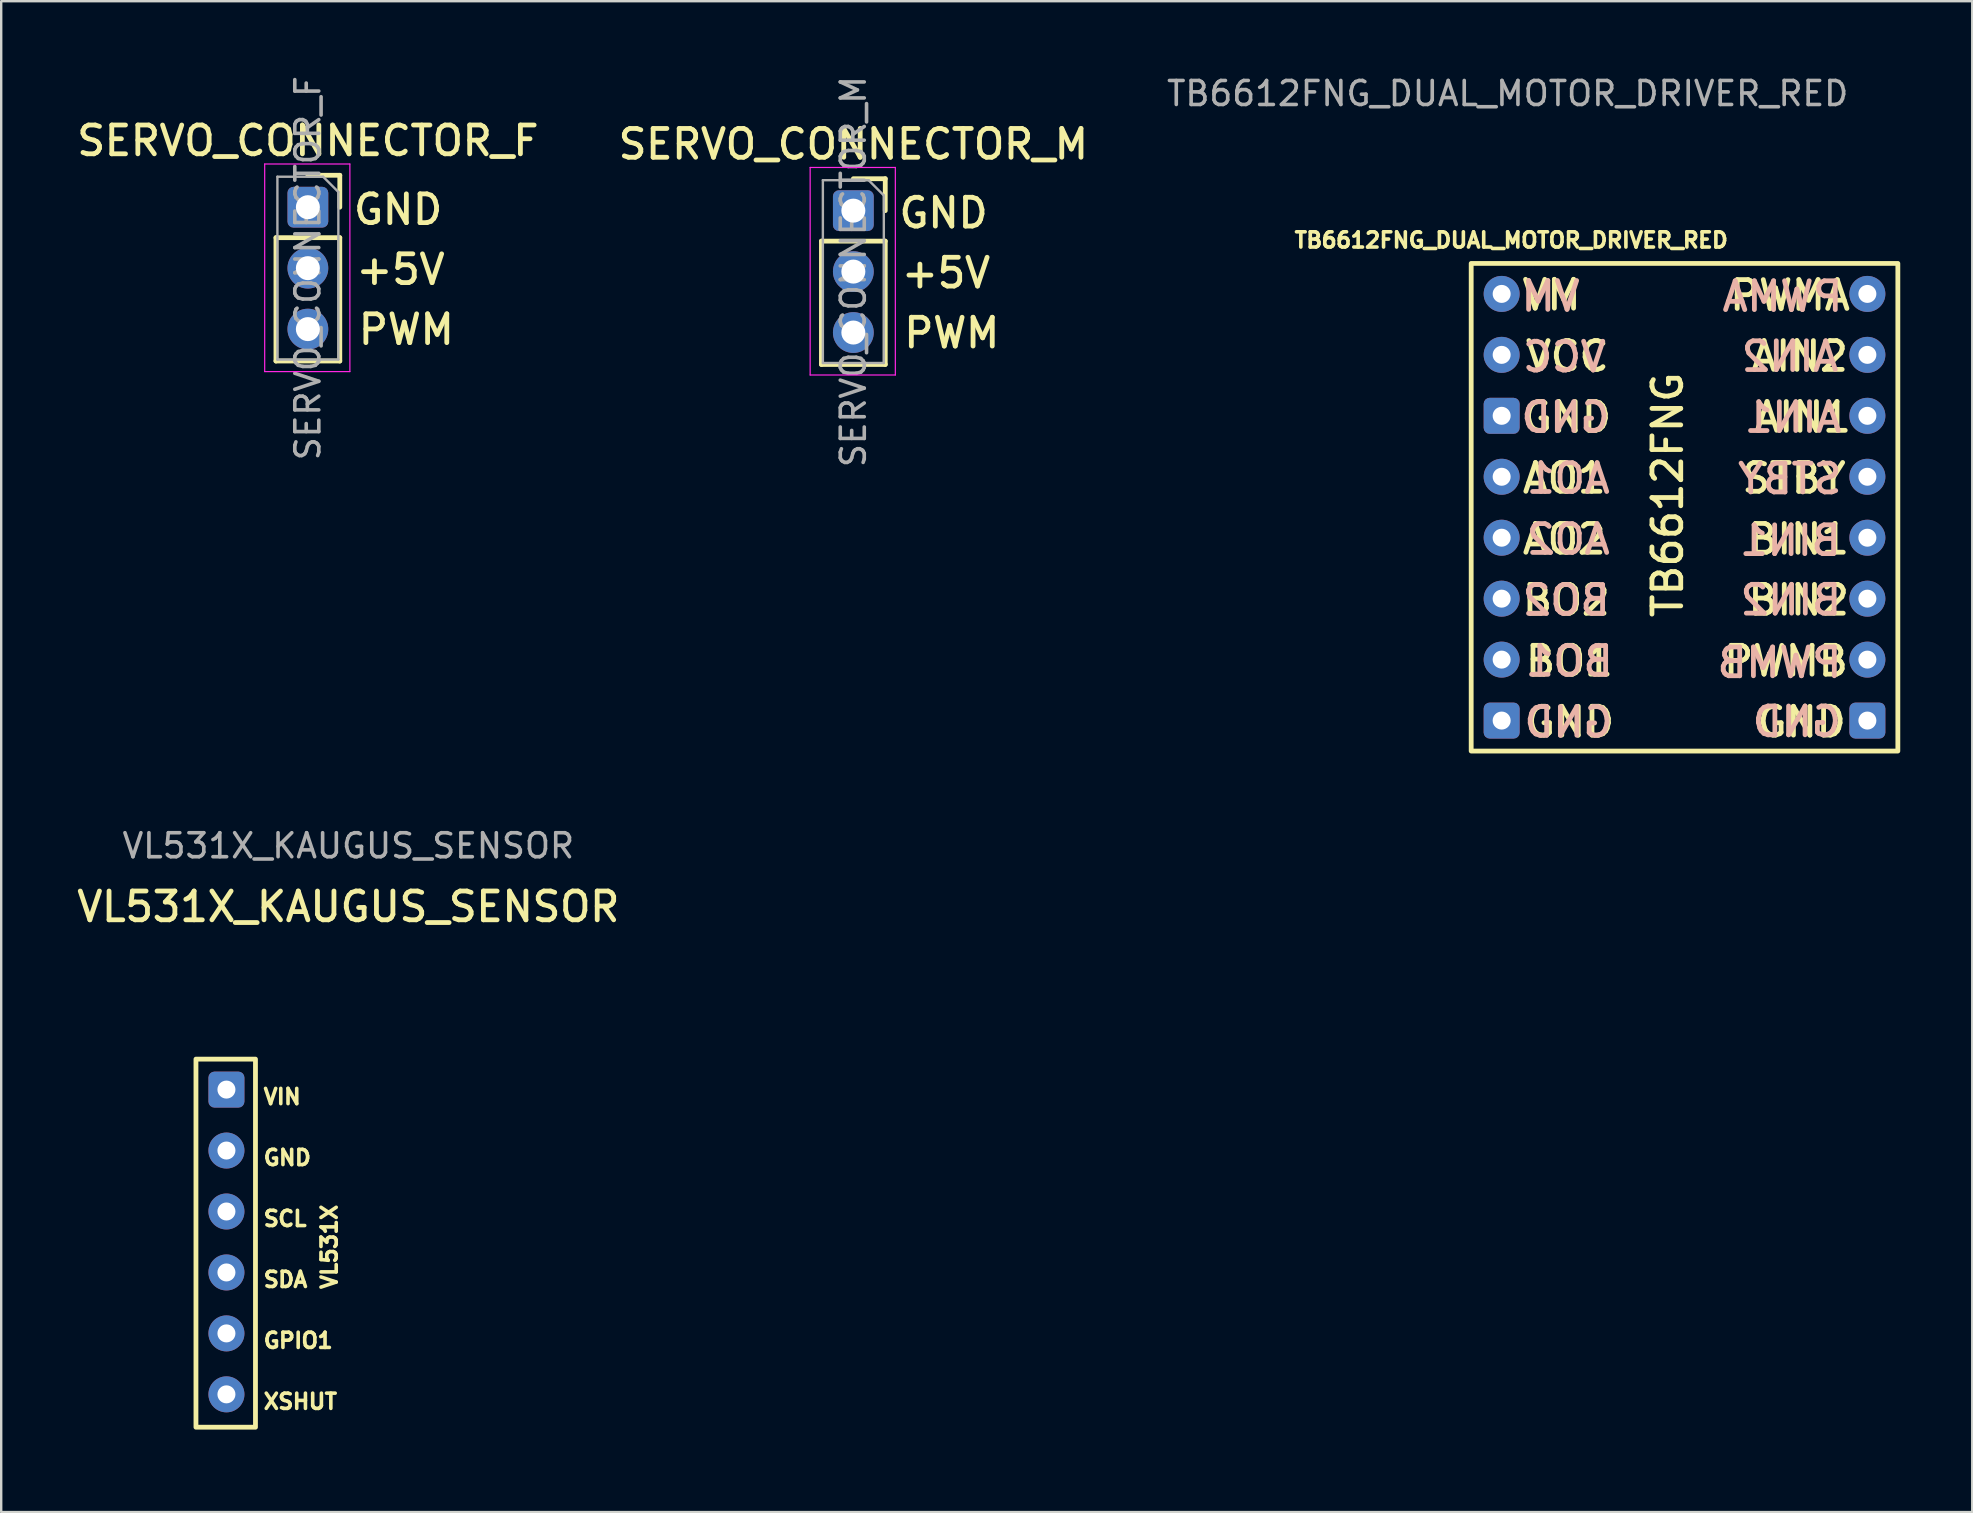
<source format=kicad_pcb>
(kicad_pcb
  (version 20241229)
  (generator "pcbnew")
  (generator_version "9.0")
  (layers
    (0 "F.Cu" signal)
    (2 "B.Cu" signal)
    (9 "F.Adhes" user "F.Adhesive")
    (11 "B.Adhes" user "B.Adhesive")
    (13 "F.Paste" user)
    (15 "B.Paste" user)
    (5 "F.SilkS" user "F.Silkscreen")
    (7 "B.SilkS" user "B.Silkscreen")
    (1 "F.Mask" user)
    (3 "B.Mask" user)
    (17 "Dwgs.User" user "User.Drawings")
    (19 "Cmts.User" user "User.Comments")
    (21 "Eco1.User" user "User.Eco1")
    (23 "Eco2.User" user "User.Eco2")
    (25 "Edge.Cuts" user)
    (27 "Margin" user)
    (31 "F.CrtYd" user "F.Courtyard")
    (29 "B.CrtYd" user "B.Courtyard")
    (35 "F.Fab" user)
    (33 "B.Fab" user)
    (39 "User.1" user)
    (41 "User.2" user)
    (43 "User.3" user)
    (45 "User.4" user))
  (footprint "TB6612FNG_DUAL_MOTOR_DRIVER_RED"
    (layer "F.Cu")
    (at 59.528 9.198)
    (property "Reference" "TB6612FNG_DUAL_MOTOR_DRIVER_RED" (at 0.4 -2.24 0) (unlocked yes) (layer "F.SilkS") (effects (font (size 0.635 0.635) (thickness 0.15))))
    (attr through_hole)
    (fp_rect (start -1.27 -1.27) (end 16.51 19.05) (stroke (width 0.2) (type solid)) (fill no) (layer "F.SilkS"))
    (fp_text user "GND" (at 0.762 5.842 0) (unlocked yes) (layer "F.SilkS") (effects (font (size 1.2 1.2) (thickness 0.2) (bold yes)) (justify left bottom)))
    (fp_text user "BIN2" (at 10.16 13.462 0) (unlocked yes) (layer "F.SilkS") (effects (font (size 1.2 1.2) (thickness 0.2) (bold yes)) (justify left bottom)))
    (fp_text user "GND" (at 0.889 18.542 0) (unlocked yes) (layer "F.SilkS") (effects (font (size 1.2 1.2) (thickness 0.2) (bold yes)) (justify left bottom)))
    (fp_text user "AIN1" (at 10.414 5.842 0) (unlocked yes) (layer "F.SilkS") (effects (font (size 1.2 1.2) (thickness 0.2) (bold yes)) (justify left bottom)))
    (fp_text user "BO1" (at 0.889 16.002 0) (unlocked yes) (layer "F.SilkS") (effects (font (size 1.2 1.2) (thickness 0.2) (bold yes)) (justify left bottom)))
    (fp_text user "PWMA" (at 9.398 0.762 0) (unlocked yes) (layer "F.SilkS") (effects (font (size 1.2 1.2) (thickness 0.2) (bold yes)) (justify left bottom)))
    (fp_text user "BIN1" (at 10.16 10.922 0) (unlocked yes) (layer "F.SilkS") (effects (font (size 1.2 1.2) (thickness 0.2) (bold yes)) (justify left bottom)))
    (fp_text user "BO2" (at 0.762 13.462 0) (unlocked yes) (layer "F.SilkS") (effects (font (size 1.2 1.2) (thickness 0.2) (bold yes)) (justify left bottom)))
    (fp_text user "TB6612FNG" (at 7.62 13.589 90) (unlocked yes) (layer "F.SilkS") (effects (font (size 1.2 1.2) (thickness 0.2) (bold yes)) (justify left bottom)))
    (fp_text user "GND" (at 10.541 18.542 0) (unlocked yes) (layer "F.SilkS") (effects (font (size 1.2 1.2) (thickness 0.2) (bold yes)) (justify left bottom)))
    (fp_text user "VM" (at 0.75 0.75 0) (unlocked yes) (layer "F.SilkS") (effects (font (size 1.2 1.2) (thickness 0.2) (bold yes)) (justify left bottom)))
    (fp_text user "AO2" (at 0.762 10.922 0) (unlocked yes) (layer "F.SilkS") (effects (font (size 1.2 1.2) (thickness 0.2) (bold yes)) (justify left bottom)))
    (fp_text user "VCC" (at 0.889 3.302 0) (unlocked yes) (layer "F.SilkS") (effects (font (size 1.2 1.2) (thickness 0.2) (bold yes)) (justify left bottom)))
    (fp_text user "AO1" (at 0.762 8.382 0) (unlocked yes) (layer "F.SilkS") (effects (font (size 1.2 1.2) (thickness 0.2) (bold yes)) (justify left bottom)))
    (fp_text user "PWMB" (at 9.144 16.002 0) (unlocked yes) (layer "F.SilkS") (effects (font (size 1.2 1.2) (thickness 0.2) (bold yes)) (justify left bottom)))
    (fp_text user "AIN2" (at 10.287 3.302 0) (unlocked yes) (layer "F.SilkS") (effects (font (size 1.2 1.2) (thickness 0.2) (bold yes)) (justify left bottom)))
    (fp_text user "STBY" (at 9.906 8.382 0) (unlocked yes) (layer "F.SilkS") (effects (font (size 1.2 1.2) (thickness 0.2) (bold yes)) (justify left bottom)))
    (fp_text user "STBY" (at 14.28 8.41 0) (unlocked yes) (layer "B.SilkS") (effects (font (size 1.2 1.2) (thickness 0.2) (bold yes)) (justify left bottom mirror)))
    (fp_text user "GND" (at 14.26 18.53 0) (unlocked yes) (layer "B.SilkS") (effects (font (size 1.2 1.2) (thickness 0.2) (bold yes)) (justify left bottom mirror)))
    (fp_text user "AIN2" (at 14.148 3.31 0) (unlocked yes) (layer "B.SilkS") (effects (font (size 1.2 1.2) (thickness 0.2) (bold yes)) (justify left bottom mirror)))
    (fp_text user "BIN1" (at 14.25 10.98 0) (unlocked yes) (layer "B.SilkS") (effects (font (size 1.2 1.2) (thickness 0.2) (bold yes)) (justify left bottom mirror)))
    (fp_text user "BO1" (at 4.75 16.01 0) (unlocked yes) (layer "B.SilkS") (effects (font (size 1.2 1.2) (thickness 0.2) (bold yes)) (justify left bottom mirror)))
    (fp_text user "BIN2" (at 14.27 13.46 0) (unlocked yes) (layer "B.SilkS") (effects (font (size 1.2 1.2) (thickness 0.2) (bold yes)) (justify left bottom mirror)))
    (fp_text user "PWMB" (at 14.28 16.07 0) (unlocked yes) (layer "B.SilkS") (effects (font (size 1.2 1.2) (thickness 0.2) (bold yes)) (justify left bottom mirror)))
    (fp_text user "AIN1" (at 14.275 5.85 0) (unlocked yes) (layer "B.SilkS") (effects (font (size 1.2 1.2) (thickness 0.2) (bold yes)) (justify left bottom mirror)))
    (fp_text user "VM" (at 3.37 0.8 0) (unlocked yes) (layer "B.SilkS") (effects (font (size 1.2 1.2) (thickness 0.2) (bold yes)) (justify left bottom mirror)))
    (fp_text user "GND" (at 4.75 18.55 0) (unlocked yes) (layer "B.SilkS") (effects (font (size 1.2 1.2) (thickness 0.2) (bold yes)) (justify left bottom mirror)))
    (fp_text user "BO2" (at 4.623 13.47 0) (unlocked yes) (layer "B.SilkS") (effects (font (size 1.2 1.2) (thickness 0.2) (bold yes)) (justify left bottom mirror)))
    (fp_text user "GND" (at 4.623 5.85 0) (unlocked yes) (layer "B.SilkS") (effects (font (size 1.2 1.2) (thickness 0.2) (bold yes)) (justify left bottom mirror)))
    (fp_text user "AO2" (at 4.623 10.93 0) (unlocked yes) (layer "B.SilkS") (effects (font (size 1.2 1.2) (thickness 0.2) (bold yes)) (justify left bottom mirror)))
    (fp_text user "PWMA" (at 14.32 0.81 0) (unlocked yes) (layer "B.SilkS") (effects (font (size 1.2 1.2) (thickness 0.2) (bold yes)) (justify left bottom mirror)))
    (fp_text user "AO1" (at 4.623 8.39 0) (unlocked yes) (layer "B.SilkS") (effects (font (size 1.2 1.2) (thickness 0.2) (bold yes)) (justify left bottom mirror)))
    (fp_text user "VCC" (at 4.46 3.33 0) (unlocked yes) (layer "B.SilkS") (effects (font (size 1.2 1.2) (thickness 0.2) (bold yes)) (justify left bottom mirror)))
    (fp_text user "${REFERENCE}" (at 0.25 -8.35 0) (unlocked yes) (layer "F.Fab") (effects (font (size 1 1) (thickness 0.15))))
    (pad "1" thru_hole circle (at 0 0) (size 1.5 1.5) (drill 0.75) (layers "*.Cu" "*.Mask"))
    (pad "2" thru_hole circle (at 0 2.54) (size 1.5 1.5) (drill 0.75) (layers "*.Cu" "*.Mask"))
    (pad "3" thru_hole roundrect (at 0 5.08) (size 1.5 1.5) (drill 0.75) (layers "*.Cu" "*.Mask") (roundrect_rratio 0.167))
    (pad "4" thru_hole circle (at 0 7.62) (size 1.5 1.5) (drill 0.75) (layers "*.Cu" "*.Mask"))
    (pad "5" thru_hole circle (at 0 10.16) (size 1.5 1.5) (drill 0.75) (layers "*.Cu" "*.Mask"))
    (pad "6" thru_hole circle (at 0 12.7) (size 1.5 1.5) (drill 0.75) (layers "*.Cu" "*.Mask"))
    (pad "7" thru_hole circle (at 0 15.24) (size 1.5 1.5) (drill 0.75) (layers "*.Cu" "*.Mask"))
    (pad "8" thru_hole roundrect (at 0 17.78) (size 1.5 1.5) (drill 0.75) (layers "*.Cu" "*.Mask") (roundrect_rratio 0.167))
    (pad "9" thru_hole circle (at 15.24 0) (size 1.5 1.5) (drill 0.75) (layers "*.Cu" "*.Mask"))
    (pad "10" thru_hole circle (at 15.24 2.54) (size 1.5 1.5) (drill 0.75) (layers "*.Cu" "*.Mask"))
    (pad "11" thru_hole circle (at 15.24 5.08) (size 1.5 1.5) (drill 0.75) (layers "*.Cu" "*.Mask"))
    (pad "12" thru_hole circle (at 15.24 7.62) (size 1.5 1.5) (drill 0.75) (layers "*.Cu" "*.Mask"))
    (pad "13" thru_hole circle (at 15.24 10.16) (size 1.5 1.5) (drill 0.75) (layers "*.Cu" "*.Mask"))
    (pad "14" thru_hole circle (at 15.24 12.7) (size 1.5 1.5) (drill 0.75) (layers "*.Cu" "*.Mask"))
    (pad "15" thru_hole circle (at 15.24 15.24) (size 1.5 1.5) (drill 0.75) (layers "*.Cu" "*.Mask"))
    (pad "16" thru_hole roundrect (at 15.24 17.78) (size 1.5 1.5) (drill 0.75) (layers "*.Cu" "*.Mask") (roundrect_rratio 0.167))
    (zone (net_name "") (layers "*.CrtYd") (hatch edge 0.5) (connect_pads) (min_thickness 0.25) (filled_areas_thickness no) (keepout (tracks allowed) (vias allowed) (pads allowed) (copperpour allowed) (footprints not_allowed)) (placement (enabled no)) (fill) (polygon (pts (xy 58.258 7.928) (xy 76.038 7.928) (xy 76.038 28.248) (xy 58.258 28.248)))))
  (footprint "SERVO_CONNECTOR_F"
    (layer "F.Cu")
    (at 9.78 5.585)
    (property "Reference" "SERVO_CONNECTOR_F" (at 0 -2.77 0) (layer "F.SilkS") (effects (font (size 1.2 1.2) (thickness 0.2) (bold yes))))
    (attr through_hole)
    (fp_line (start -1.33 1.27) (end -1.33 6.41) (stroke (width 0.2) (type solid)) (layer "F.SilkS"))
    (fp_line (start -1.33 1.27) (end 1.33 1.27) (stroke (width 0.2) (type solid)) (layer "F.SilkS"))
    (fp_line (start -1.33 6.41) (end 1.33 6.41) (stroke (width 0.2) (type solid)) (layer "F.SilkS"))
    (fp_line (start 0 -1.33) (end 1.33 -1.33) (stroke (width 0.2) (type solid)) (layer "F.SilkS"))
    (fp_line (start 1.33 -1.33) (end 1.33 0) (stroke (width 0.2) (type solid)) (layer "F.SilkS"))
    (fp_line (start 1.33 1.27) (end 1.33 6.41) (stroke (width 0.2) (type solid)) (layer "F.SilkS"))
    (fp_line (start -1.8 -1.8) (end 1.75 -1.8) (stroke (width 0.05) (type solid)) (layer "F.CrtYd"))
    (fp_line (start -1.8 6.85) (end -1.8 -1.8) (stroke (width 0.05) (type solid)) (layer "F.CrtYd"))
    (fp_line (start 1.75 -1.8) (end 1.75 6.85) (stroke (width 0.05) (type solid)) (layer "F.CrtYd"))
    (fp_line (start 1.75 6.85) (end -1.8 6.85) (stroke (width 0.05) (type solid)) (layer "F.CrtYd"))
    (fp_line (start -1.27 -1.27) (end 0.635 -1.27) (stroke (width 0.1) (type solid)) (layer "F.Fab"))
    (fp_line (start -1.27 6.35) (end -1.27 -1.27) (stroke (width 0.1) (type solid)) (layer "F.Fab"))
    (fp_line (start 0.635 -1.27) (end 1.27 -0.635) (stroke (width 0.1) (type solid)) (layer "F.Fab"))
    (fp_line (start 1.27 -0.635) (end 1.27 6.35) (stroke (width 0.1) (type solid)) (layer "F.Fab"))
    (fp_line (start 1.27 6.35) (end -1.27 6.35) (stroke (width 0.1) (type solid)) (layer "F.Fab"))
    (fp_text user "GND" (at 1.8 0.8 0) (unlocked yes) (layer "F.SilkS") (effects (font (size 1.2 1.2) (thickness 0.2) (bold yes)) (justify left bottom)))
    (fp_text user "+5V" (at 1.9 3.3 0) (unlocked yes) (layer "F.SilkS") (effects (font (size 1.2 1.2) (thickness 0.2) (bold yes)) (justify left bottom)))
    (fp_text user "PWM" (at 2 5.8 0) (unlocked yes) (layer "F.SilkS") (effects (font (size 1.2 1.2) (thickness 0.2) (bold yes)) (justify left bottom)))
    (fp_text user "${REFERENCE}" (at 0 2.54 90) (layer "F.Fab") (effects (font (size 1 1) (thickness 0.15))))
    (pad "1" thru_hole roundrect (at 0 0) (size 1.7 1.7) (drill 1) (layers "*.Cu" "*.Mask") (roundrect_rratio 0.147))
    (pad "2" thru_hole oval (at 0 2.54) (size 1.7 1.7) (drill 1) (layers "*.Cu" "*.Mask"))
    (pad "3" thru_hole oval (at 0 5.08) (size 1.7 1.7) (drill 1) (layers "*.Cu" "*.Mask")))
  (footprint "SERVO_CONNECTOR_M"
    (layer "F.Cu")
    (at 32.511 5.728)
    (property "Reference" "SERVO_CONNECTOR_M" (at 0 -2.77 0) (layer "F.SilkS") (effects (font (size 1.2 1.2) (thickness 0.2) (bold yes))))
    (attr through_hole)
    (fp_line (start -1.33 1.27) (end -1.33 6.41) (stroke (width 0.2) (type solid)) (layer "F.SilkS"))
    (fp_line (start -1.33 1.27) (end 1.33 1.27) (stroke (width 0.2) (type solid)) (layer "F.SilkS"))
    (fp_line (start -1.33 6.41) (end 1.33 6.41) (stroke (width 0.2) (type solid)) (layer "F.SilkS"))
    (fp_line (start 0 -1.33) (end 1.33 -1.33) (stroke (width 0.2) (type solid)) (layer "F.SilkS"))
    (fp_line (start 1.33 -1.33) (end 1.33 0) (stroke (width 0.2) (type solid)) (layer "F.SilkS"))
    (fp_line (start 1.33 1.27) (end 1.33 6.41) (stroke (width 0.2) (type solid)) (layer "F.SilkS"))
    (fp_line (start -1.8 -1.8) (end 1.75 -1.8) (stroke (width 0.05) (type solid)) (layer "F.CrtYd"))
    (fp_line (start -1.8 6.85) (end -1.8 -1.8) (stroke (width 0.05) (type solid)) (layer "F.CrtYd"))
    (fp_line (start 1.75 -1.8) (end 1.75 6.85) (stroke (width 0.05) (type solid)) (layer "F.CrtYd"))
    (fp_line (start 1.75 6.85) (end -1.8 6.85) (stroke (width 0.05) (type solid)) (layer "F.CrtYd"))
    (fp_line (start -1.27 -1.27) (end 0.635 -1.27) (stroke (width 0.1) (type solid)) (layer "F.Fab"))
    (fp_line (start -1.27 6.35) (end -1.27 -1.27) (stroke (width 0.1) (type solid)) (layer "F.Fab"))
    (fp_line (start 0.635 -1.27) (end 1.27 -0.635) (stroke (width 0.1) (type solid)) (layer "F.Fab"))
    (fp_line (start 1.27 -0.635) (end 1.27 6.35) (stroke (width 0.1) (type solid)) (layer "F.Fab"))
    (fp_line (start 1.27 6.35) (end -1.27 6.35) (stroke (width 0.1) (type solid)) (layer "F.Fab"))
    (fp_text user "PWM" (at 2 5.8 0) (unlocked yes) (layer "F.SilkS") (effects (font (size 1.2 1.2) (thickness 0.2) (bold yes)) (justify left bottom)))
    (fp_text user "+5V" (at 1.9 3.3 0) (unlocked yes) (layer "F.SilkS") (effects (font (size 1.2 1.2) (thickness 0.2) (bold yes)) (justify left bottom)))
    (fp_text user "GND" (at 1.8 0.8 0) (unlocked yes) (layer "F.SilkS") (effects (font (size 1.2 1.2) (thickness 0.2) (bold yes)) (justify left bottom)))
    (fp_text user "${REFERENCE}" (at 0 2.54 90) (layer "F.Fab") (effects (font (size 1 1) (thickness 0.15))))
    (pad "1" thru_hole roundrect (at 0 0) (size 1.7 1.7) (drill 1) (layers "*.Cu" "*.Mask") (roundrect_rratio 0.147))
    (pad "2" thru_hole oval (at 0 2.54) (size 1.7 1.7) (drill 1) (layers "*.Cu" "*.Mask"))
    (pad "3" thru_hole oval (at 0 5.08) (size 1.7 1.7) (drill 1) (layers "*.Cu" "*.Mask")))
  (footprint "VL531X_KAUGUS_SENSOR"
    (layer "F.Cu")
    (at 11.466 34.736)
    (property "Reference" "VL531X_KAUGUS_SENSOR" (at 0 0 0) (unlocked yes) (layer "F.SilkS") (effects (font (size 1.2 1.2) (thickness 0.2) (bold yes))))
    (attr through_hole)
    (fp_rect (start -6.35 6.35) (end -3.87 21.69) (stroke (width 0.2) (type default)) (fill no) (layer "F.SilkS"))
    (fp_text user "XSHUT" (at -3.61 20.99 0) (unlocked yes) (layer "F.SilkS") (effects (font (size 0.635 0.635) (thickness 0.15) (bold yes)) (justify left bottom)))
    (fp_text user "VIN" (at -3.61 8.29 0) (unlocked yes) (layer "F.SilkS") (effects (font (size 0.635 0.635) (thickness 0.15) (bold yes)) (justify left bottom)))
    (fp_text user "SCL" (at -3.61 13.37 0) (unlocked yes) (layer "F.SilkS") (effects (font (size 0.635 0.635) (thickness 0.15) (bold yes)) (justify left bottom)))
    (fp_text user "VL531X" (at -0.42 16.01 90) (unlocked yes) (layer "F.SilkS") (effects (font (size 0.635 0.635) (thickness 0.15) (bold yes)) (justify left bottom)))
    (fp_text user "GPIO1" (at -3.61 18.45 0) (unlocked yes) (layer "F.SilkS") (effects (font (size 0.635 0.635) (thickness 0.15) (bold yes)) (justify left bottom)))
    (fp_text user "SDA" (at -3.61 15.91 0) (unlocked yes) (layer "F.SilkS") (effects (font (size 0.635 0.635) (thickness 0.15) (bold yes)) (justify left bottom)))
    (fp_text user "GND" (at -3.61 10.83 0) (unlocked yes) (layer "F.SilkS") (effects (font (size 0.635 0.635) (thickness 0.15) (bold yes)) (justify left bottom)))
    (fp_text user "${REFERENCE}" (at 0 -2.54 0) (unlocked yes) (layer "F.Fab") (effects (font (size 1 1) (thickness 0.15))))
    (pad "1" thru_hole roundrect (at -5.08 7.62) (size 1.5 1.5) (drill 0.75) (layers "*.Cu" "*.Mask") (roundrect_rratio 0.167))
    (pad "2" thru_hole circle (at -5.08 10.16) (size 1.5 1.5) (drill 0.75) (layers "*.Cu" "*.Mask"))
    (pad "3" thru_hole circle (at -5.08 12.7) (size 1.5 1.5) (drill 0.75) (layers "*.Cu" "*.Mask"))
    (pad "4" thru_hole circle (at -5.08 15.24) (size 1.5 1.5) (drill 0.75) (layers "*.Cu" "*.Mask"))
    (pad "5" thru_hole circle (at -5.08 17.78) (size 1.5 1.5) (drill 0.75) (layers "*.Cu" "*.Mask"))
    (pad "6" thru_hole circle (at -5.08 20.32) (size 1.5 1.5) (drill 0.75) (layers "*.Cu" "*.Mask"))
    (zone (net_name "") (layers "*.CrtYd") (hatch edge 0.5) (connect_pads) (min_thickness 0.25) (filled_areas_thickness no) (keepout (tracks allowed) (vias allowed) (pads allowed) (copperpour allowed) (footprints not_allowed)) (placement (enabled no)) (fill) (polygon (pts (xy 4.481 40.441) (xy 11.221 40.441) (xy 11.221 56.962) (xy 4.481 56.962)))))
  (gr_rect
    (start -3 -3)
    (end 79.138 59.962)
    (stroke (width 0.1) (type default))
    (fill no)
    (layer "Edge.Cuts")))
</source>
